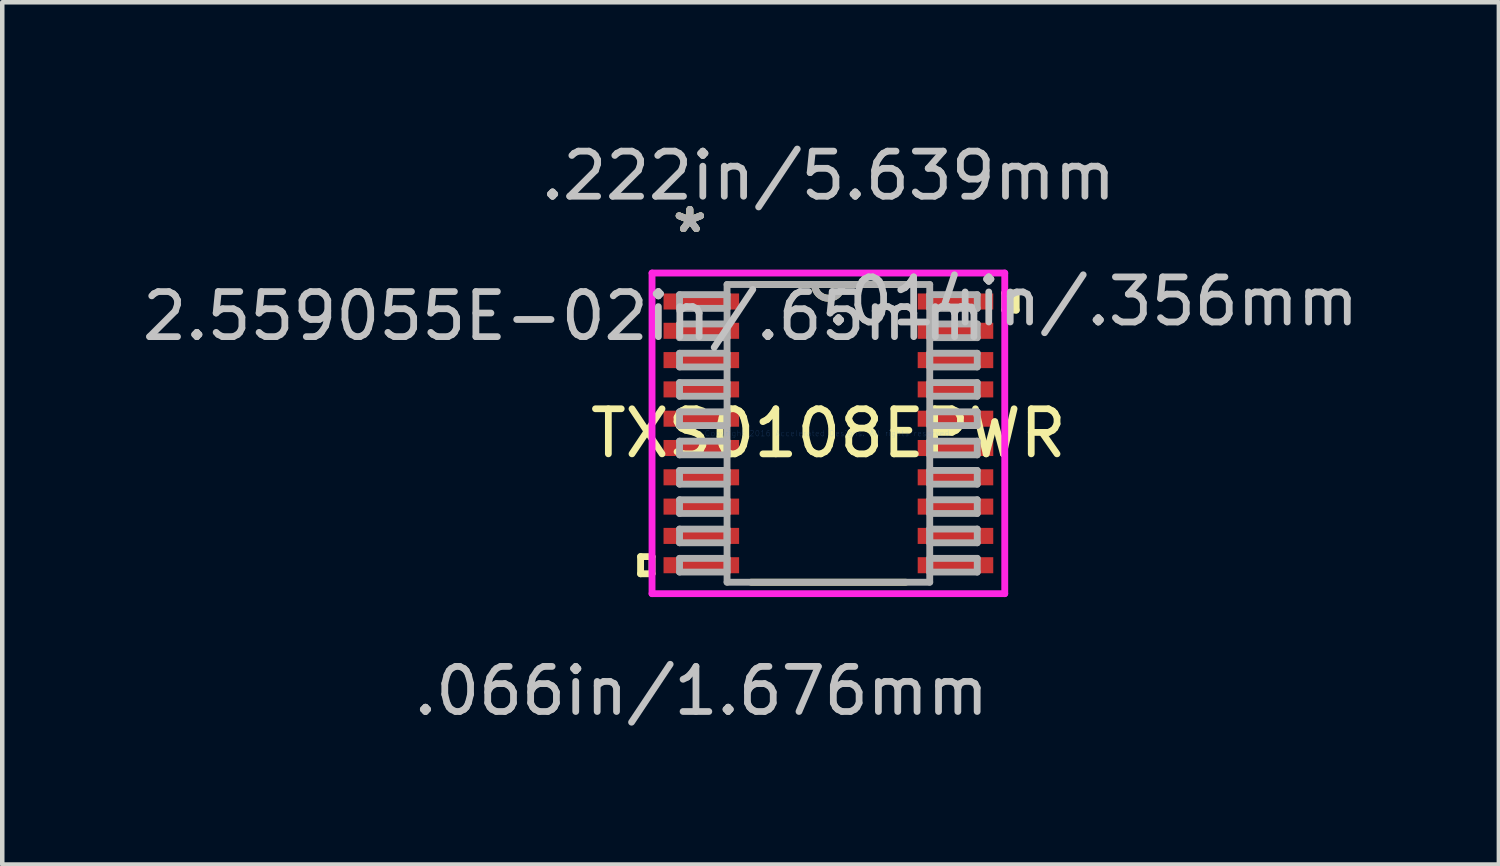
<source format=kicad_pcb>
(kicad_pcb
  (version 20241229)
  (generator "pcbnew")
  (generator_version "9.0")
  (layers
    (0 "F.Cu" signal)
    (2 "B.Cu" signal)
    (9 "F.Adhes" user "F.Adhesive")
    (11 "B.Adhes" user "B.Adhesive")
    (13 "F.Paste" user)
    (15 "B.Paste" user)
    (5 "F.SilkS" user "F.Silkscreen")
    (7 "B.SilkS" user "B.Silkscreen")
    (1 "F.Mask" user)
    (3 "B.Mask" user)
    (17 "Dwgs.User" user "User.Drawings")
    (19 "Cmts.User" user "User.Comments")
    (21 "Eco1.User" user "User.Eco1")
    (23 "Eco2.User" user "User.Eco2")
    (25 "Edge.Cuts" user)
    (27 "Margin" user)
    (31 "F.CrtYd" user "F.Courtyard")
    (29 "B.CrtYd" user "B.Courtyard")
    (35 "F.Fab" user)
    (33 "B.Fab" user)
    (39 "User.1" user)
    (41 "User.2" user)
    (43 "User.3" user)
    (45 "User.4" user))
  (footprint "TXS0108EPWR"
    (layer "F.Cu")
    (at 15.326 6.563)
    (property "Reference" "TXS0108EPWR" (at 0 0 0) (layer "F.SilkS") (effects (font (size 1 1) (thickness 0.15))))
    (attr through_hole)
    (fp_line (start -4.166 2.734) (end -4.166 3.115) (stroke (width 0.152) (type solid)) (layer "F.SilkS"))
    (fp_line (start -4.166 3.115) (end -3.912 3.115) (stroke (width 0.152) (type solid)) (layer "F.SilkS"))
    (fp_line (start -3.912 2.734) (end -4.166 2.734) (stroke (width 0.152) (type solid)) (layer "F.SilkS"))
    (fp_line (start -3.912 3.115) (end -3.912 2.734) (stroke (width 0.152) (type solid)) (layer "F.SilkS"))
    (fp_line (start -1.715 3.302) (end 1.715 3.302) (stroke (width 0.152) (type solid)) (layer "F.SilkS"))
    (fp_line (start 1.715 -3.302) (end -1.715 -3.302) (stroke (width 0.152) (type solid)) (layer "F.SilkS"))
    (fp_line (start 3.912 -3.115) (end 4.166 -3.115) (stroke (width 0.152) (type solid)) (layer "F.SilkS"))
    (fp_line (start 3.912 -2.734) (end 3.912 -3.115) (stroke (width 0.152) (type solid)) (layer "F.SilkS"))
    (fp_line (start 4.166 -3.115) (end 4.166 -2.734) (stroke (width 0.152) (type solid)) (layer "F.SilkS"))
    (fp_line (start 4.166 -2.734) (end 3.912 -2.734) (stroke (width 0.152) (type solid)) (layer "F.SilkS"))
    (fp_arc (start 0.3048 -3.302) (mid 0 -2.9972) (end -0.3048 -3.302) (stroke (width 0.1524) (type solid)) (layer "F.SilkS"))
    (fp_line (start -3.912 -3.556) (end 3.912 -3.556) (stroke (width 0.152) (type solid)) (layer "F.CrtYd"))
    (fp_line (start -3.912 3.556) (end -3.912 -3.556) (stroke (width 0.152) (type solid)) (layer "F.CrtYd"))
    (fp_line (start 3.912 -3.556) (end 3.912 3.556) (stroke (width 0.152) (type solid)) (layer "F.CrtYd"))
    (fp_line (start 3.912 3.556) (end -3.912 3.556) (stroke (width 0.152) (type solid)) (layer "F.CrtYd"))
    (fp_line (start -3.302 -3.077) (end -3.302 -2.773) (stroke (width 0.152) (type solid)) (layer "F.Fab"))
    (fp_line (start -3.302 -2.773) (end -2.248 -2.773) (stroke (width 0.152) (type solid)) (layer "F.Fab"))
    (fp_line (start -3.302 -2.427) (end -3.302 -2.123) (stroke (width 0.152) (type solid)) (layer "F.Fab"))
    (fp_line (start -3.302 -2.123) (end -2.248 -2.123) (stroke (width 0.152) (type solid)) (layer "F.Fab"))
    (fp_line (start -3.302 -1.777) (end -3.302 -1.473) (stroke (width 0.152) (type solid)) (layer "F.Fab"))
    (fp_line (start -3.302 -1.473) (end -2.248 -1.473) (stroke (width 0.152) (type solid)) (layer "F.Fab"))
    (fp_line (start -3.302 -1.127) (end -3.302 -0.823) (stroke (width 0.152) (type solid)) (layer "F.Fab"))
    (fp_line (start -3.302 -0.823) (end -2.248 -0.823) (stroke (width 0.152) (type solid)) (layer "F.Fab"))
    (fp_line (start -3.302 -0.477) (end -3.302 -0.173) (stroke (width 0.152) (type solid)) (layer "F.Fab"))
    (fp_line (start -3.302 -0.173) (end -2.248 -0.173) (stroke (width 0.152) (type solid)) (layer "F.Fab"))
    (fp_line (start -3.302 0.173) (end -3.302 0.477) (stroke (width 0.152) (type solid)) (layer "F.Fab"))
    (fp_line (start -3.302 0.477) (end -2.248 0.477) (stroke (width 0.152) (type solid)) (layer "F.Fab"))
    (fp_line (start -3.302 0.823) (end -3.302 1.127) (stroke (width 0.152) (type solid)) (layer "F.Fab"))
    (fp_line (start -3.302 1.127) (end -2.248 1.127) (stroke (width 0.152) (type solid)) (layer "F.Fab"))
    (fp_line (start -3.302 1.473) (end -3.302 1.777) (stroke (width 0.152) (type solid)) (layer "F.Fab"))
    (fp_line (start -3.302 1.777) (end -2.248 1.777) (stroke (width 0.152) (type solid)) (layer "F.Fab"))
    (fp_line (start -3.302 2.123) (end -3.302 2.427) (stroke (width 0.152) (type solid)) (layer "F.Fab"))
    (fp_line (start -3.302 2.427) (end -2.248 2.427) (stroke (width 0.152) (type solid)) (layer "F.Fab"))
    (fp_line (start -3.302 2.773) (end -3.302 3.077) (stroke (width 0.152) (type solid)) (layer "F.Fab"))
    (fp_line (start -3.302 3.077) (end -2.248 3.077) (stroke (width 0.152) (type solid)) (layer "F.Fab"))
    (fp_line (start -2.248 -3.302) (end -2.248 3.302) (stroke (width 0.152) (type solid)) (layer "F.Fab"))
    (fp_line (start -2.248 -3.077) (end -3.302 -3.077) (stroke (width 0.152) (type solid)) (layer "F.Fab"))
    (fp_line (start -2.248 -2.773) (end -2.248 -3.077) (stroke (width 0.152) (type solid)) (layer "F.Fab"))
    (fp_line (start -2.248 -2.427) (end -3.302 -2.427) (stroke (width 0.152) (type solid)) (layer "F.Fab"))
    (fp_line (start -2.248 -2.123) (end -2.248 -2.427) (stroke (width 0.152) (type solid)) (layer "F.Fab"))
    (fp_line (start -2.248 -1.777) (end -3.302 -1.777) (stroke (width 0.152) (type solid)) (layer "F.Fab"))
    (fp_line (start -2.248 -1.473) (end -2.248 -1.777) (stroke (width 0.152) (type solid)) (layer "F.Fab"))
    (fp_line (start -2.248 -1.127) (end -3.302 -1.127) (stroke (width 0.152) (type solid)) (layer "F.Fab"))
    (fp_line (start -2.248 -0.823) (end -2.248 -1.127) (stroke (width 0.152) (type solid)) (layer "F.Fab"))
    (fp_line (start -2.248 -0.477) (end -3.302 -0.477) (stroke (width 0.152) (type solid)) (layer "F.Fab"))
    (fp_line (start -2.248 -0.173) (end -2.248 -0.477) (stroke (width 0.152) (type solid)) (layer "F.Fab"))
    (fp_line (start -2.248 0.173) (end -3.302 0.173) (stroke (width 0.152) (type solid)) (layer "F.Fab"))
    (fp_line (start -2.248 0.477) (end -2.248 0.173) (stroke (width 0.152) (type solid)) (layer "F.Fab"))
    (fp_line (start -2.248 0.823) (end -3.302 0.823) (stroke (width 0.152) (type solid)) (layer "F.Fab"))
    (fp_line (start -2.248 1.127) (end -2.248 0.823) (stroke (width 0.152) (type solid)) (layer "F.Fab"))
    (fp_line (start -2.248 1.473) (end -3.302 1.473) (stroke (width 0.152) (type solid)) (layer "F.Fab"))
    (fp_line (start -2.248 1.777) (end -2.248 1.473) (stroke (width 0.152) (type solid)) (layer "F.Fab"))
    (fp_line (start -2.248 2.123) (end -3.302 2.123) (stroke (width 0.152) (type solid)) (layer "F.Fab"))
    (fp_line (start -2.248 2.427) (end -2.248 2.123) (stroke (width 0.152) (type solid)) (layer "F.Fab"))
    (fp_line (start -2.248 2.773) (end -3.302 2.773) (stroke (width 0.152) (type solid)) (layer "F.Fab"))
    (fp_line (start -2.248 3.077) (end -2.248 2.773) (stroke (width 0.152) (type solid)) (layer "F.Fab"))
    (fp_line (start -2.248 3.302) (end 2.248 3.302) (stroke (width 0.152) (type solid)) (layer "F.Fab"))
    (fp_line (start 2.248 -3.302) (end -2.248 -3.302) (stroke (width 0.152) (type solid)) (layer "F.Fab"))
    (fp_line (start 2.248 -3.077) (end 2.248 -2.773) (stroke (width 0.152) (type solid)) (layer "F.Fab"))
    (fp_line (start 2.248 -2.773) (end 3.302 -2.773) (stroke (width 0.152) (type solid)) (layer "F.Fab"))
    (fp_line (start 2.248 -2.427) (end 2.248 -2.123) (stroke (width 0.152) (type solid)) (layer "F.Fab"))
    (fp_line (start 2.248 -2.123) (end 3.302 -2.123) (stroke (width 0.152) (type solid)) (layer "F.Fab"))
    (fp_line (start 2.248 -1.777) (end 2.248 -1.473) (stroke (width 0.152) (type solid)) (layer "F.Fab"))
    (fp_line (start 2.248 -1.473) (end 3.302 -1.473) (stroke (width 0.152) (type solid)) (layer "F.Fab"))
    (fp_line (start 2.248 -1.127) (end 2.248 -0.823) (stroke (width 0.152) (type solid)) (layer "F.Fab"))
    (fp_line (start 2.248 -0.823) (end 3.302 -0.823) (stroke (width 0.152) (type solid)) (layer "F.Fab"))
    (fp_line (start 2.248 -0.477) (end 2.248 -0.173) (stroke (width 0.152) (type solid)) (layer "F.Fab"))
    (fp_line (start 2.248 -0.173) (end 3.302 -0.173) (stroke (width 0.152) (type solid)) (layer "F.Fab"))
    (fp_line (start 2.248 0.173) (end 2.248 0.477) (stroke (width 0.152) (type solid)) (layer "F.Fab"))
    (fp_line (start 2.248 0.477) (end 3.302 0.477) (stroke (width 0.152) (type solid)) (layer "F.Fab"))
    (fp_line (start 2.248 0.823) (end 2.248 1.127) (stroke (width 0.152) (type solid)) (layer "F.Fab"))
    (fp_line (start 2.248 1.127) (end 3.302 1.127) (stroke (width 0.152) (type solid)) (layer "F.Fab"))
    (fp_line (start 2.248 1.473) (end 2.248 1.777) (stroke (width 0.152) (type solid)) (layer "F.Fab"))
    (fp_line (start 2.248 1.777) (end 3.302 1.777) (stroke (width 0.152) (type solid)) (layer "F.Fab"))
    (fp_line (start 2.248 2.123) (end 2.248 2.427) (stroke (width 0.152) (type solid)) (layer "F.Fab"))
    (fp_line (start 2.248 2.427) (end 3.302 2.427) (stroke (width 0.152) (type solid)) (layer "F.Fab"))
    (fp_line (start 2.248 2.773) (end 2.248 3.077) (stroke (width 0.152) (type solid)) (layer "F.Fab"))
    (fp_line (start 2.248 3.077) (end 3.302 3.077) (stroke (width 0.152) (type solid)) (layer "F.Fab"))
    (fp_line (start 2.248 3.302) (end 2.248 -3.302) (stroke (width 0.152) (type solid)) (layer "F.Fab"))
    (fp_line (start 3.302 -3.077) (end 2.248 -3.077) (stroke (width 0.152) (type solid)) (layer "F.Fab"))
    (fp_line (start 3.302 -2.773) (end 3.302 -3.077) (stroke (width 0.152) (type solid)) (layer "F.Fab"))
    (fp_line (start 3.302 -2.427) (end 2.248 -2.427) (stroke (width 0.152) (type solid)) (layer "F.Fab"))
    (fp_line (start 3.302 -2.123) (end 3.302 -2.427) (stroke (width 0.152) (type solid)) (layer "F.Fab"))
    (fp_line (start 3.302 -1.777) (end 2.248 -1.777) (stroke (width 0.152) (type solid)) (layer "F.Fab"))
    (fp_line (start 3.302 -1.473) (end 3.302 -1.777) (stroke (width 0.152) (type solid)) (layer "F.Fab"))
    (fp_line (start 3.302 -1.127) (end 2.248 -1.127) (stroke (width 0.152) (type solid)) (layer "F.Fab"))
    (fp_line (start 3.302 -0.823) (end 3.302 -1.127) (stroke (width 0.152) (type solid)) (layer "F.Fab"))
    (fp_line (start 3.302 -0.477) (end 2.248 -0.477) (stroke (width 0.152) (type solid)) (layer "F.Fab"))
    (fp_line (start 3.302 -0.173) (end 3.302 -0.477) (stroke (width 0.152) (type solid)) (layer "F.Fab"))
    (fp_line (start 3.302 0.173) (end 2.248 0.173) (stroke (width 0.152) (type solid)) (layer "F.Fab"))
    (fp_line (start 3.302 0.477) (end 3.302 0.173) (stroke (width 0.152) (type solid)) (layer "F.Fab"))
    (fp_line (start 3.302 0.823) (end 2.248 0.823) (stroke (width 0.152) (type solid)) (layer "F.Fab"))
    (fp_line (start 3.302 1.127) (end 3.302 0.823) (stroke (width 0.152) (type solid)) (layer "F.Fab"))
    (fp_line (start 3.302 1.473) (end 2.248 1.473) (stroke (width 0.152) (type solid)) (layer "F.Fab"))
    (fp_line (start 3.302 1.777) (end 3.302 1.473) (stroke (width 0.152) (type solid)) (layer "F.Fab"))
    (fp_line (start 3.302 2.123) (end 2.248 2.123) (stroke (width 0.152) (type solid)) (layer "F.Fab"))
    (fp_line (start 3.302 2.427) (end 3.302 2.123) (stroke (width 0.152) (type solid)) (layer "F.Fab"))
    (fp_line (start 3.302 2.773) (end 2.248 2.773) (stroke (width 0.152) (type solid)) (layer "F.Fab"))
    (fp_line (start 3.302 3.077) (end 3.302 2.773) (stroke (width 0.152) (type solid)) (layer "F.Fab"))
    (fp_arc (start 0.3048 -3.302) (mid 0 -2.9972) (end -0.3048 -3.302) (stroke (width 0.1524) (type solid)) (layer "F.Fab"))
    (fp_text user "*" (at -3.073 -4.424 0) (layer "F.SilkS") (effects (font (size 1 1) (thickness 0.15))))
    (fp_text user "*" (at -3.073 -4.424 0) (layer "F.SilkS") (effects (font (size 1 1) (thickness 0.15))))
    (fp_text user ".066in/1.676mm" (at -2.819 5.715 0) (layer "Dwgs.User") (effects (font (size 1 1) (thickness 0.15))))
    (fp_text user ".014in/.356mm" (at 5.867 -2.925 0) (layer "Dwgs.User") (effects (font (size 1 1) (thickness 0.15))))
    (fp_text user "2.559055E-02in/.65mm" (at -5.867 -2.6 0) (layer "Dwgs.User") (effects (font (size 1 1) (thickness 0.15))))
    (fp_text user ".222in/5.639mm" (at 0 -5.715 0) (layer "Dwgs.User") (effects (font (size 1 1) (thickness 0.15))))
    (fp_text user "Copyright 2016 Accelerated Designs. All rights reserved." (at 0 0 0) (layer "Cmts.User") (effects (font (size 0.127 0.127) (thickness 0.002))))
    (fp_text user "*" (at -3.073 -4.424 0) (layer "F.Fab") (effects (font (size 1 1) (thickness 0.15))))
    (fp_text user "*" (at -3.073 -4.424 0) (layer "F.Fab") (effects (font (size 1 1) (thickness 0.15))))
    (pad "1" smd rect (at -2.819 -2.925) (size 1.676 0.356) (layers "F.Cu" "F.Mask" "F.Paste"))
    (pad "2" smd rect (at -2.819 -2.275) (size 1.676 0.356) (layers "F.Cu" "F.Mask" "F.Paste"))
    (pad "3" smd rect (at -2.819 -1.625) (size 1.676 0.356) (layers "F.Cu" "F.Mask" "F.Paste"))
    (pad "4" smd rect (at -2.819 -0.975) (size 1.676 0.356) (layers "F.Cu" "F.Mask" "F.Paste"))
    (pad "5" smd rect (at -2.819 -0.325) (size 1.676 0.356) (layers "F.Cu" "F.Mask" "F.Paste"))
    (pad "6" smd rect (at -2.819 0.325) (size 1.676 0.356) (layers "F.Cu" "F.Mask" "F.Paste"))
    (pad "7" smd rect (at -2.819 0.975) (size 1.676 0.356) (layers "F.Cu" "F.Mask" "F.Paste"))
    (pad "8" smd rect (at -2.819 1.625) (size 1.676 0.356) (layers "F.Cu" "F.Mask" "F.Paste"))
    (pad "9" smd rect (at -2.819 2.275) (size 1.676 0.356) (layers "F.Cu" "F.Mask" "F.Paste"))
    (pad "10" smd rect (at -2.819 2.925) (size 1.676 0.356) (layers "F.Cu" "F.Mask" "F.Paste"))
    (pad "11" smd rect (at 2.819 2.925) (size 1.676 0.356) (layers "F.Cu" "F.Mask" "F.Paste"))
    (pad "12" smd rect (at 2.819 2.275) (size 1.676 0.356) (layers "F.Cu" "F.Mask" "F.Paste"))
    (pad "13" smd rect (at 2.819 1.625) (size 1.676 0.356) (layers "F.Cu" "F.Mask" "F.Paste"))
    (pad "14" smd rect (at 2.819 0.975) (size 1.676 0.356) (layers "F.Cu" "F.Mask" "F.Paste"))
    (pad "15" smd rect (at 2.819 0.325) (size 1.676 0.356) (layers "F.Cu" "F.Mask" "F.Paste"))
    (pad "16" smd rect (at 2.819 -0.325) (size 1.676 0.356) (layers "F.Cu" "F.Mask" "F.Paste"))
    (pad "17" smd rect (at 2.819 -0.975) (size 1.676 0.356) (layers "F.Cu" "F.Mask" "F.Paste"))
    (pad "18" smd rect (at 2.819 -1.625) (size 1.676 0.356) (layers "F.Cu" "F.Mask" "F.Paste"))
    (pad "19" smd rect (at 2.819 -2.275) (size 1.676 0.356) (layers "F.Cu" "F.Mask" "F.Paste"))
    (pad "20" smd rect (at 2.819 -2.925) (size 1.676 0.356) (layers "F.Cu" "F.Mask" "F.Paste")))
  (gr_rect
    (start -3 -3)
    (end 30.199 16.127)
    (stroke (width 0.1) (type default))
    (fill no)
    (layer "Edge.Cuts")))
</source>
